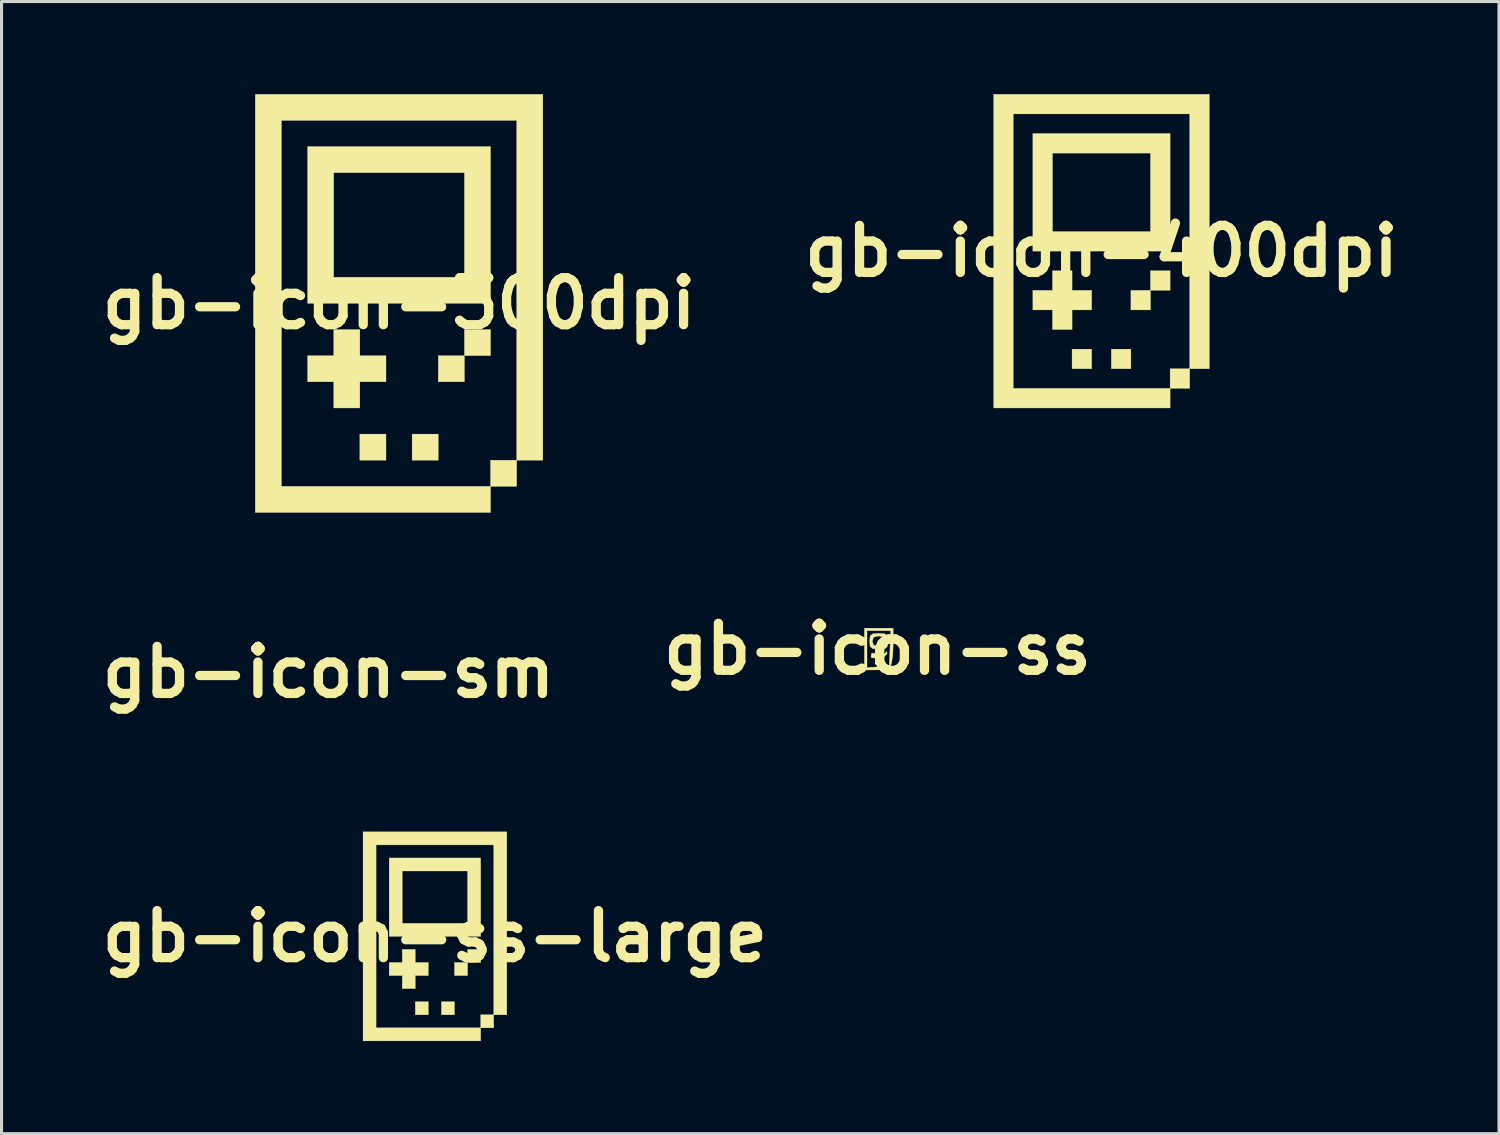
<source format=kicad_pcb>
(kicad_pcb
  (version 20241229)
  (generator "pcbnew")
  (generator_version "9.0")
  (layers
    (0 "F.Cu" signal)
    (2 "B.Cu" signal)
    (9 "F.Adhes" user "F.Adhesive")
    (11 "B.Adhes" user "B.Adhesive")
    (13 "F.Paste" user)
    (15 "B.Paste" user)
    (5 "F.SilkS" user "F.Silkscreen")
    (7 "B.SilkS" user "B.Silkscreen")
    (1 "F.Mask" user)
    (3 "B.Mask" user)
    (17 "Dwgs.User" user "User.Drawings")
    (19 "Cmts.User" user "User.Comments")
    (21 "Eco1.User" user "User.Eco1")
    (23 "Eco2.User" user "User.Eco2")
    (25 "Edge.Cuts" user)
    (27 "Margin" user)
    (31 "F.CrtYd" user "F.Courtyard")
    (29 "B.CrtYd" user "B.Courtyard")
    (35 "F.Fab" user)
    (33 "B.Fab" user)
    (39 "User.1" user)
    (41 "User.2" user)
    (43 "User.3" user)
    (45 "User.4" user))
  (footprint "gb-icon-sm"
    (layer "F.Cu")
    (at 7.591 18.723)
    (property "Reference" "gb-icon-sm" (at 0 0 0) (layer "F.SilkS") (effects (font (size 1.524 1.524) (thickness 0.3))))
    (attr through_hole)
    (fp_poly (pts (xy 0 1.486) (xy -0.135 1.621) (xy -0.27 1.486) (xy -0.135 1.351) (xy 0 1.486)) (stroke (width 0.01) (type solid)) (fill yes) (layer "F.Mask"))
    (fp_poly (pts (xy 0.54 1.486) (xy 0.405 1.621) (xy 0.27 1.486) (xy 0.405 1.351) (xy 0.54 1.486)) (stroke (width 0.01) (type solid)) (fill yes) (layer "F.Mask"))
    (fp_poly (pts (xy -0.21 0.447) (xy -0.149 0.517) (xy -0.176 0.871) (xy -0.247 0.931) (xy -0.6 0.905) (xy -0.661 0.834) (xy -0.634 0.48) (xy -0.564 0.42) (xy -0.21 0.447)) (stroke (width 0.01) (type solid)) (fill yes) (layer "F.Mask"))
    (fp_poly (pts (xy 0.996 0.445) (xy 0.946 0.54) (xy 0.691 0.798) (xy 0.644 0.811) (xy 0.625 0.636) (xy 0.676 0.54) (xy 0.93 0.282) (xy 0.978 0.27) (xy 0.996 0.445)) (stroke (width 0.01) (type solid)) (fill yes) (layer "F.Mask"))
    (fp_poly (pts (xy 1.621 -0.324) (xy 1.574 0.725) (xy 1.446 1.504) (xy 1.297 1.837) (xy 0.839 2.04) (xy 0.087 2.153) (xy -0.189 2.162) (xy -1.351 2.162) (xy -1.351 -1.891) (xy -1.081 -1.891) (xy -1.081 1.923) (xy 0.068 1.839) (xy 1.216 1.756) (xy 1.296 -0.068) (xy 1.376 -1.891) (xy -1.081 -1.891) (xy -1.351 -1.891) (xy -1.351 -2.162) (xy 1.621 -2.162) (xy 1.621 -0.324)) (stroke (width 0.01) (type solid)) (fill yes) (layer "F.Mask"))
    (fp_poly (pts (xy 0.771 -1.576) (xy 1.031 -1.347) (xy 1.081 -0.811) (xy 1.028 -0.266) (xy 0.761 -0.043) (xy 0.135 0) (xy -0.5 -0.045) (xy -0.761 -0.274) (xy -0.811 -0.811) (xy -0.54 -0.811) (xy -0.382 -0.387) (xy 0.135 -0.27) (xy 0.665 -0.397) (xy 0.811 -0.811) (xy 0.652 -1.234) (xy 0.135 -1.351) (xy -0.395 -1.224) (xy -0.54 -0.811) (xy -0.811 -0.811) (xy -0.758 -1.355) (xy -0.491 -1.579) (xy 0.135 -1.621) (xy 0.771 -1.576)) (stroke (width 0.01) (type solid)) (fill yes) (layer "F.Mask")))
  (footprint "gb-icon-300dpi"
    (layer "F.Cu")
    (at 9.877 6.778)
    (property "Reference" "gb-icon-300dpi" (at 0 0 0) (layer "F.SilkS") (effects (font (size 1.524 1.524) (thickness 0.3))))
    (attr through_hole)
    (fp_poly (pts (xy -0.423 5.08) (xy -1.27 5.08) (xy -1.27 4.233) (xy -0.423 4.233) (xy -0.423 5.08)) (stroke (width 0.01) (type solid)) (fill yes) (layer "F.SilkS"))
    (fp_poly (pts (xy 1.27 5.08) (xy 0.423 5.08) (xy 0.423 4.233) (xy 1.27 4.233) (xy 1.27 5.08)) (stroke (width 0.01) (type solid)) (fill yes) (layer "F.SilkS"))
    (fp_poly (pts (xy 2.117 2.54) (xy 1.27 2.54) (xy 1.27 1.693) (xy 2.117 1.693) (xy 2.117 2.54)) (stroke (width 0.01) (type solid)) (fill yes) (layer "F.SilkS"))
    (fp_poly (pts (xy 2.963 1.693) (xy 2.117 1.693) (xy 2.117 0.847) (xy 2.963 0.847) (xy 2.963 1.693)) (stroke (width 0.01) (type solid)) (fill yes) (layer "F.SilkS"))
    (fp_poly (pts (xy 2.963 0) (xy -2.963 0) (xy -2.963 -4.233) (xy -2.117 -4.233) (xy -2.117 -0.847) (xy 2.117 -0.847) (xy 2.117 -4.233) (xy -2.117 -4.233) (xy -2.963 -4.233) (xy -2.963 -5.08) (xy 2.963 -5.08) (xy 2.963 0)) (stroke (width 0.01) (type solid)) (fill yes) (layer "F.SilkS"))
    (fp_poly (pts (xy -1.27 1.693) (xy -0.423 1.693) (xy -0.423 2.54) (xy -1.27 2.54) (xy -1.27 3.387) (xy -2.117 3.387) (xy -2.117 2.54) (xy -2.963 2.54) (xy -2.963 1.693) (xy -2.117 1.693) (xy -2.117 0.847) (xy -1.27 0.847) (xy -1.27 1.693)) (stroke (width 0.01) (type solid)) (fill yes) (layer "F.SilkS"))
    (fp_poly (pts (xy 4.657 5.08) (xy 3.81 5.08) (xy 3.81 5.927) (xy 2.963 5.927) (xy 2.963 6.773) (xy -4.657 6.773) (xy -4.657 -5.927) (xy -3.81 -5.927) (xy -3.81 5.927) (xy 2.963 5.927) (xy 2.963 5.08) (xy 3.81 5.08) (xy 3.81 -5.927) (xy -3.81 -5.927) (xy -4.657 -5.927) (xy -4.657 -6.773) (xy 4.657 -6.773) (xy 4.657 5.08)) (stroke (width 0.01) (type solid)) (fill yes) (layer "F.SilkS")))
  (footprint "gb-icon-ss"
    (layer "F.Cu")
    (at 25.374 17.975)
    (property "Reference" "gb-icon-ss" (at 0 0 0) (layer "F.SilkS") (effects (font (size 1.524 1.524) (thickness 0.3))))
    (attr through_hole)
    (fp_poly (pts (xy 0 0.466) (xy -0.042 0.508) (xy -0.085 0.466) (xy -0.042 0.423) (xy 0 0.466)) (stroke (width 0.01) (type solid)) (fill yes) (layer "F.SilkS"))
    (fp_poly (pts (xy 0.169 0.466) (xy 0.127 0.508) (xy 0.085 0.466) (xy 0.127 0.423) (xy 0.169 0.466)) (stroke (width 0.01) (type solid)) (fill yes) (layer "F.SilkS"))
    (fp_poly (pts (xy -0.066 0.14) (xy -0.047 0.162) (xy -0.055 0.273) (xy -0.077 0.292) (xy -0.188 0.283) (xy -0.207 0.261) (xy -0.199 0.151) (xy -0.177 0.131) (xy -0.066 0.14)) (stroke (width 0.01) (type solid)) (fill yes) (layer "F.SilkS"))
    (fp_poly (pts (xy 0.312 0.139) (xy 0.296 0.169) (xy 0.217 0.25) (xy 0.202 0.254) (xy 0.196 0.199) (xy 0.212 0.169) (xy 0.291 0.088) (xy 0.306 0.085) (xy 0.312 0.139)) (stroke (width 0.01) (type solid)) (fill yes) (layer "F.SilkS"))
    (fp_poly (pts (xy 0.508 -0.102) (xy 0.493 0.227) (xy 0.453 0.471) (xy 0.406 0.576) (xy 0.263 0.639) (xy 0.027 0.675) (xy -0.059 0.677) (xy -0.423 0.677) (xy -0.423 -0.593) (xy -0.339 -0.593) (xy -0.339 0.602) (xy 0.021 0.576) (xy 0.381 0.55) (xy 0.431 -0.593) (xy -0.339 -0.593) (xy -0.423 -0.593) (xy -0.423 -0.677) (xy 0.508 -0.677) (xy 0.508 -0.102)) (stroke (width 0.01) (type solid)) (fill yes) (layer "F.SilkS"))
    (fp_poly (pts (xy 0.241 -0.494) (xy 0.323 -0.422) (xy 0.339 -0.254) (xy 0.322 -0.083) (xy 0.238 -0.013) (xy 0.042 0) (xy -0.157 -0.014) (xy -0.238 -0.086) (xy -0.254 -0.254) (xy -0.169 -0.254) (xy -0.12 -0.121) (xy 0.042 -0.085) (xy 0.208 -0.124) (xy 0.254 -0.254) (xy 0.204 -0.387) (xy 0.042 -0.423) (xy -0.124 -0.384) (xy -0.169 -0.254) (xy -0.254 -0.254) (xy -0.237 -0.425) (xy -0.154 -0.495) (xy 0.042 -0.508) (xy 0.241 -0.494)) (stroke (width 0.01) (type solid)) (fill yes) (layer "F.SilkS")))
  (footprint "gb-icon-400dpi"
    (layer "F.Cu")
    (at 32.631 5.085)
    (property "Reference" "gb-icon-400dpi" (at 0 0 0) (layer "F.SilkS") (effects (font (size 1.524 1.524) (thickness 0.3))))
    (attr through_hole)
    (fp_poly (pts (xy -0.318 3.81) (xy -0.953 3.81) (xy -0.953 3.175) (xy -0.318 3.175) (xy -0.318 3.81)) (stroke (width 0.01) (type solid)) (fill yes) (layer "F.SilkS"))
    (fp_poly (pts (xy 0.953 3.81) (xy 0.318 3.81) (xy 0.318 3.175) (xy 0.953 3.175) (xy 0.953 3.81)) (stroke (width 0.01) (type solid)) (fill yes) (layer "F.SilkS"))
    (fp_poly (pts (xy 1.587 1.905) (xy 0.953 1.905) (xy 0.953 1.27) (xy 1.587 1.27) (xy 1.587 1.905)) (stroke (width 0.01) (type solid)) (fill yes) (layer "F.SilkS"))
    (fp_poly (pts (xy 2.223 1.27) (xy 1.587 1.27) (xy 1.587 0.635) (xy 2.223 0.635) (xy 2.223 1.27)) (stroke (width 0.01) (type solid)) (fill yes) (layer "F.SilkS"))
    (fp_poly (pts (xy 2.223 0) (xy -2.223 0) (xy -2.223 -3.175) (xy -1.587 -3.175) (xy -1.587 -0.635) (xy 1.587 -0.635) (xy 1.587 -3.175) (xy -1.587 -3.175) (xy -2.223 -3.175) (xy -2.223 -3.81) (xy 2.223 -3.81) (xy 2.223 0)) (stroke (width 0.01) (type solid)) (fill yes) (layer "F.SilkS"))
    (fp_poly (pts (xy -0.953 1.27) (xy -0.318 1.27) (xy -0.318 1.905) (xy -0.953 1.905) (xy -0.953 2.54) (xy -1.587 2.54) (xy -1.587 1.905) (xy -2.223 1.905) (xy -2.223 1.27) (xy -1.587 1.27) (xy -1.587 0.635) (xy -0.953 0.635) (xy -0.953 1.27)) (stroke (width 0.01) (type solid)) (fill yes) (layer "F.SilkS"))
    (fp_poly (pts (xy 3.493 3.81) (xy 2.857 3.81) (xy 2.857 4.445) (xy 2.223 4.445) (xy 2.223 5.08) (xy -3.493 5.08) (xy -3.493 -4.445) (xy -2.857 -4.445) (xy -2.857 4.445) (xy 2.223 4.445) (xy 2.223 3.81) (xy 2.857 3.81) (xy 2.857 -4.445) (xy -2.857 -4.445) (xy -3.493 -4.445) (xy -3.493 -5.08) (xy 3.493 -5.08) (xy 3.493 3.81)) (stroke (width 0.01) (type solid)) (fill yes) (layer "F.SilkS")))
  (footprint "gb-icon-ss-large"
    (layer "F.Cu")
    (at 11.038 27.282)
    (property "Reference" "gb-icon-ss-large" (at 0 0 0) (layer "F.SilkS") (effects (font (size 1.524 1.524) (thickness 0.3))))
    (attr through_hole)
    (fp_poly (pts (xy -0.212 2.54) (xy -0.635 2.54) (xy -0.635 2.117) (xy -0.212 2.117) (xy -0.212 2.54)) (stroke (width 0.01) (type solid)) (fill yes) (layer "F.SilkS"))
    (fp_poly (pts (xy 0.635 2.54) (xy 0.212 2.54) (xy 0.212 2.117) (xy 0.635 2.117) (xy 0.635 2.54)) (stroke (width 0.01) (type solid)) (fill yes) (layer "F.SilkS"))
    (fp_poly (pts (xy 1.058 1.27) (xy 0.635 1.27) (xy 0.635 0.847) (xy 1.058 0.847) (xy 1.058 1.27)) (stroke (width 0.01) (type solid)) (fill yes) (layer "F.SilkS"))
    (fp_poly (pts (xy 1.482 0.847) (xy 1.058 0.847) (xy 1.058 0.423) (xy 1.482 0.423) (xy 1.482 0.847)) (stroke (width 0.01) (type solid)) (fill yes) (layer "F.SilkS"))
    (fp_poly (pts (xy 1.482 0) (xy -1.482 0) (xy -1.482 -2.117) (xy -1.058 -2.117) (xy -1.058 -0.423) (xy 1.058 -0.423) (xy 1.058 -2.117) (xy -1.058 -2.117) (xy -1.482 -2.117) (xy -1.482 -2.54) (xy 1.482 -2.54) (xy 1.482 0)) (stroke (width 0.01) (type solid)) (fill yes) (layer "F.SilkS"))
    (fp_poly (pts (xy -0.635 0.847) (xy -0.212 0.847) (xy -0.212 1.27) (xy -0.635 1.27) (xy -0.635 1.693) (xy -1.058 1.693) (xy -1.058 1.27) (xy -1.482 1.27) (xy -1.482 0.847) (xy -1.058 0.847) (xy -1.058 0.423) (xy -0.635 0.423) (xy -0.635 0.847)) (stroke (width 0.01) (type solid)) (fill yes) (layer "F.SilkS"))
    (fp_poly (pts (xy 2.328 2.54) (xy 1.905 2.54) (xy 1.905 2.963) (xy 1.482 2.963) (xy 1.482 3.387) (xy -2.328 3.387) (xy -2.328 -2.963) (xy -1.905 -2.963) (xy -1.905 2.963) (xy 1.482 2.963) (xy 1.482 2.54) (xy 1.905 2.54) (xy 1.905 -2.963) (xy -1.905 -2.963) (xy -2.328 -2.963) (xy -2.328 -3.387) (xy 2.328 -3.387) (xy 2.328 2.54)) (stroke (width 0.01) (type solid)) (fill yes) (layer "F.SilkS")))
  (gr_rect
    (start -3 -3)
    (end 45.508 33.673)
    (stroke (width 0.1) (type default))
    (fill no)
    (layer "Edge.Cuts")))
</source>
